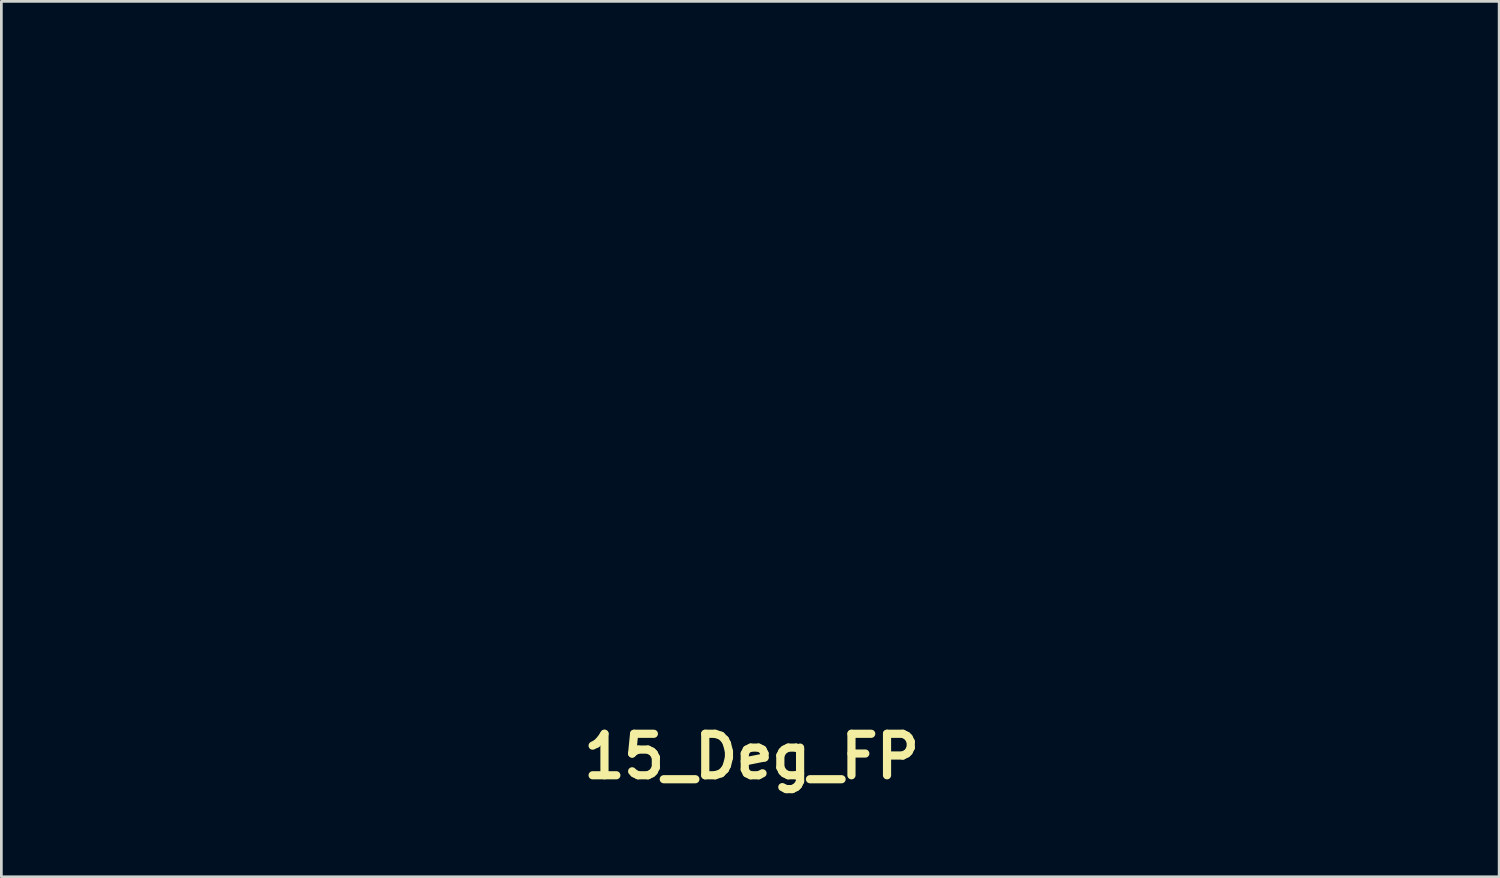
<source format=kicad_pcb>
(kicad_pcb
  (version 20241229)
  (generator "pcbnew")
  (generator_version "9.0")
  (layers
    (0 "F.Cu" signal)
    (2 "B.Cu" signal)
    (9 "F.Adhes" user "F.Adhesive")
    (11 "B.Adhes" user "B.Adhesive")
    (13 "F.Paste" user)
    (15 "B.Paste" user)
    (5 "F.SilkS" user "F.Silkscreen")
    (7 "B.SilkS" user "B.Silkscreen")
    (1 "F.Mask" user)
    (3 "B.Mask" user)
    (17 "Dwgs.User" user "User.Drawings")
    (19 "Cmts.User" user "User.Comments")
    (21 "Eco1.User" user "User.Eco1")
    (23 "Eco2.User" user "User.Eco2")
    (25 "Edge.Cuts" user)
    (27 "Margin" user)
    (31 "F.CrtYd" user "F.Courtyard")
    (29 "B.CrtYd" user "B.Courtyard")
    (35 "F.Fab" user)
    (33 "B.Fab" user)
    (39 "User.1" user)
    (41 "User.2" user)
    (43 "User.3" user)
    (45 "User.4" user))
  (footprint "15_Deg_FP"
    (layer "F.Cu")
    (at 24.558 24.735)
    (property "Reference" "15_Deg_FP" (at 0 0 0) (layer "F.SilkS") (effects (font (size 1.524 1.524) (thickness 0.3))))
    (attr through_hole)
    (fp_poly (pts (xy -11.292 -11.358) (xy -11.215 -11.294) (xy -11.099 -11.188) (xy -10.948 -11.047) (xy -10.768 -10.875) (xy -10.563 -10.676) (xy -10.338 -10.456) (xy -10.097 -10.22) (xy -9.846 -9.971) (xy -9.59 -9.716) (xy -9.333 -9.459) (xy -9.08 -9.204) (xy -8.836 -8.957) (xy -8.606 -8.723) (xy -8.395 -8.505) (xy -8.206 -8.31) (xy -8.047 -8.142) (xy -7.92 -8.005) (xy -7.831 -7.905) (xy -7.786 -7.847) (xy -7.781 -7.833) (xy -7.813 -7.85) (xy -7.894 -7.918) (xy -8.024 -8.036) (xy -8.203 -8.204) (xy -8.43 -8.424) (xy -8.706 -8.694) (xy -9.03 -9.015) (xy -9.404 -9.386) (xy -9.592 -9.574) (xy -9.985 -9.969) (xy -10.328 -10.315) (xy -10.62 -10.612) (xy -10.862 -10.86) (xy -11.053 -11.06) (xy -11.193 -11.211) (xy -11.283 -11.314) (xy -11.323 -11.368) (xy -11.324 -11.377) (xy -11.292 -11.358)) (stroke (width 0.01) (type solid)) (fill yes) (layer "F.Mask"))
    (fp_poly (pts (xy -4.433 -7.829) (xy -4.413 -7.795) (xy -4.358 -7.702) (xy -4.27 -7.552) (xy -4.151 -7.345) (xy -4 -7.085) (xy -3.82 -6.774) (xy -3.611 -6.412) (xy -3.375 -6.002) (xy -3.111 -5.546) (xy -2.823 -5.045) (xy -2.51 -4.502) (xy -2.404 -4.319) (xy -2.285 -4.11) (xy -2.178 -3.921) (xy -2.09 -3.76) (xy -2.023 -3.635) (xy -1.984 -3.557) (xy -1.976 -3.534) (xy -1.986 -3.494) (xy -2.019 -3.508) (xy -2.077 -3.578) (xy -2.162 -3.707) (xy -2.27 -3.889) (xy -2.612 -4.479) (xy -2.919 -5.01) (xy -3.194 -5.486) (xy -3.437 -5.909) (xy -3.651 -6.281) (xy -3.836 -6.606) (xy -3.995 -6.885) (xy -4.128 -7.122) (xy -4.238 -7.319) (xy -4.325 -7.479) (xy -4.392 -7.604) (xy -4.439 -7.697) (xy -4.468 -7.761) (xy -4.481 -7.798) (xy -4.481 -7.81) (xy -4.442 -7.833) (xy -4.433 -7.829)) (stroke (width 0.01) (type solid)) (fill yes) (layer "F.Mask"))
    (fp_poly (pts (xy 6.243 -6.386) (xy 6.173 -6.303) (xy 6.053 -6.171) (xy 5.884 -5.991) (xy 5.664 -5.764) (xy 5.395 -5.49) (xy 5.078 -5.168) (xy 4.711 -4.799) (xy 4.547 -4.635) (xy 4.256 -4.345) (xy 3.98 -4.07) (xy 3.723 -3.814) (xy 3.488 -3.581) (xy 3.28 -3.376) (xy 3.103 -3.201) (xy 2.96 -3.062) (xy 2.856 -2.962) (xy 2.795 -2.905) (xy 2.78 -2.893) (xy 2.741 -2.918) (xy 2.738 -2.921) (xy 2.76 -2.95) (xy 2.827 -3.025) (xy 2.937 -3.142) (xy 3.084 -3.296) (xy 3.267 -3.483) (xy 3.479 -3.7) (xy 3.718 -3.943) (xy 3.979 -4.206) (xy 4.259 -4.488) (xy 4.478 -4.707) (xy 4.871 -5.099) (xy 5.215 -5.44) (xy 5.51 -5.73) (xy 5.756 -5.969) (xy 5.954 -6.158) (xy 6.103 -6.296) (xy 6.203 -6.384) (xy 6.255 -6.42) (xy 6.262 -6.421) (xy 6.243 -6.386)) (stroke (width 0.01) (type solid)) (fill yes) (layer "F.Mask"))
    (fp_poly (pts (xy -6.319 -6.383) (xy -6.243 -6.318) (xy -6.128 -6.212) (xy -5.978 -6.07) (xy -5.797 -5.897) (xy -5.592 -5.699) (xy -5.366 -5.479) (xy -5.125 -5.243) (xy -4.874 -4.995) (xy -4.617 -4.741) (xy -4.359 -4.485) (xy -4.106 -4.231) (xy -3.861 -3.986) (xy -3.631 -3.754) (xy -3.419 -3.539) (xy -3.231 -3.346) (xy -3.071 -3.181) (xy -2.945 -3.047) (xy -2.858 -2.951) (xy -2.813 -2.896) (xy -2.809 -2.886) (xy -2.847 -2.858) (xy -2.851 -2.857) (xy -2.879 -2.882) (xy -2.953 -2.952) (xy -3.069 -3.064) (xy -3.223 -3.215) (xy -3.41 -3.399) (xy -3.627 -3.613) (xy -3.869 -3.854) (xy -4.133 -4.116) (xy -4.414 -4.397) (xy -4.634 -4.617) (xy -5.026 -5.01) (xy -5.368 -5.354) (xy -5.658 -5.65) (xy -5.898 -5.896) (xy -6.087 -6.094) (xy -6.225 -6.243) (xy -6.313 -6.344) (xy -6.35 -6.396) (xy -6.35 -6.403) (xy -6.319 -6.383)) (stroke (width 0.01) (type solid)) (fill yes) (layer "F.Mask"))
    (fp_poly (pts (xy 11.203 -11.346) (xy 11.138 -11.267) (xy 11.022 -11.139) (xy 10.855 -10.962) (xy 10.637 -10.737) (xy 10.369 -10.463) (xy 10.05 -10.14) (xy 9.68 -9.768) (xy 9.503 -9.591) (xy 9.211 -9.299) (xy 8.934 -9.023) (xy 8.675 -8.766) (xy 8.438 -8.531) (xy 8.229 -8.324) (xy 8.049 -8.148) (xy 7.905 -8.007) (xy 7.799 -7.905) (xy 7.736 -7.845) (xy 7.719 -7.832) (xy 7.68 -7.856) (xy 7.677 -7.86) (xy 7.697 -7.891) (xy 7.763 -7.966) (xy 7.87 -8.081) (xy 8.012 -8.23) (xy 8.186 -8.409) (xy 8.386 -8.613) (xy 8.607 -8.837) (xy 8.845 -9.077) (xy 9.095 -9.326) (xy 9.351 -9.582) (xy 9.609 -9.837) (xy 9.864 -10.089) (xy 10.111 -10.332) (xy 10.345 -10.561) (xy 10.561 -10.771) (xy 10.755 -10.958) (xy 10.922 -11.116) (xy 11.056 -11.241) (xy 11.153 -11.328) (xy 11.208 -11.373) (xy 11.218 -11.377) (xy 11.203 -11.346)) (stroke (width 0.01) (type solid)) (fill yes) (layer "F.Mask"))
    (fp_poly (pts (xy -7.966 -13.885) (xy -7.902 -13.799) (xy -7.806 -13.651) (xy -7.677 -13.442) (xy -7.516 -13.17) (xy -7.337 -12.864) (xy -7.156 -12.55) (xy -6.951 -12.195) (xy -6.733 -11.818) (xy -6.514 -11.439) (xy -6.305 -11.077) (xy -6.118 -10.752) (xy -6.096 -10.715) (xy -5.95 -10.462) (xy -5.817 -10.229) (xy -5.7 -10.021) (xy -5.602 -9.847) (xy -5.528 -9.713) (xy -5.482 -9.626) (xy -5.468 -9.594) (xy -5.474 -9.568) (xy -5.492 -9.568) (xy -5.524 -9.598) (xy -5.574 -9.661) (xy -5.642 -9.761) (xy -5.731 -9.901) (xy -5.843 -10.084) (xy -5.98 -10.313) (xy -6.144 -10.592) (xy -6.337 -10.924) (xy -6.561 -11.313) (xy -6.703 -11.558) (xy -6.903 -11.907) (xy -7.096 -12.242) (xy -7.277 -12.557) (xy -7.443 -12.846) (xy -7.591 -13.104) (xy -7.718 -13.325) (xy -7.821 -13.504) (xy -7.896 -13.634) (xy -7.94 -13.711) (xy -7.947 -13.722) (xy -8.001 -13.826) (xy -8.016 -13.885) (xy -7.998 -13.909) (xy -7.966 -13.885)) (stroke (width 0.01) (type solid)) (fill yes) (layer "F.Mask"))
    (fp_poly (pts (xy -7.742 -4.58) (xy -7.696 -4.559) (xy -7.597 -4.507) (xy -7.451 -4.426) (xy -7.262 -4.321) (xy -7.038 -4.194) (xy -6.784 -4.049) (xy -6.507 -3.89) (xy -6.211 -3.72) (xy -5.904 -3.542) (xy -5.591 -3.361) (xy -5.278 -3.179) (xy -4.972 -3) (xy -4.677 -2.827) (xy -4.401 -2.665) (xy -4.149 -2.515) (xy -3.927 -2.383) (xy -3.741 -2.271) (xy -3.597 -2.183) (xy -3.502 -2.122) (xy -3.46 -2.092) (xy -3.459 -2.09) (xy -3.485 -2.05) (xy -3.501 -2.048) (xy -3.539 -2.065) (xy -3.632 -2.115) (xy -3.776 -2.195) (xy -3.966 -2.301) (xy -4.197 -2.432) (xy -4.464 -2.583) (xy -4.762 -2.753) (xy -5.086 -2.938) (xy -5.43 -3.136) (xy -5.669 -3.274) (xy -6.116 -3.532) (xy -6.504 -3.757) (xy -6.835 -3.951) (xy -7.113 -4.116) (xy -7.34 -4.253) (xy -7.518 -4.364) (xy -7.65 -4.451) (xy -7.739 -4.514) (xy -7.787 -4.557) (xy -7.798 -4.58) (xy -7.773 -4.585) (xy -7.742 -4.58)) (stroke (width 0.01) (type solid)) (fill yes) (layer "F.Mask"))
    (fp_poly (pts (xy 7.911 -13.882) (xy 7.893 -13.82) (xy 7.841 -13.722) (xy 7.807 -13.663) (xy 7.74 -13.547) (xy 7.646 -13.382) (xy 7.525 -13.173) (xy 7.383 -12.925) (xy 7.221 -12.645) (xy 7.044 -12.337) (xy 6.855 -12.008) (xy 6.657 -11.662) (xy 6.597 -11.558) (xy 6.399 -11.215) (xy 6.212 -10.89) (xy 6.037 -10.589) (xy 5.878 -10.317) (xy 5.739 -10.079) (xy 5.621 -9.88) (xy 5.529 -9.724) (xy 5.464 -9.618) (xy 5.43 -9.566) (xy 5.426 -9.562) (xy 5.387 -9.585) (xy 5.381 -9.593) (xy 5.394 -9.63) (xy 5.438 -9.721) (xy 5.51 -9.859) (xy 5.606 -10.036) (xy 5.723 -10.246) (xy 5.856 -10.481) (xy 5.989 -10.713) (xy 6.173 -11.032) (xy 6.38 -11.39) (xy 6.599 -11.768) (xy 6.817 -12.146) (xy 7.025 -12.505) (xy 7.209 -12.825) (xy 7.232 -12.864) (xy 7.423 -13.193) (xy 7.582 -13.46) (xy 7.708 -13.664) (xy 7.802 -13.807) (xy 7.864 -13.889) (xy 7.892 -13.909) (xy 7.911 -13.882)) (stroke (width 0.01) (type solid)) (fill yes) (layer "F.Mask"))
    (fp_poly (pts (xy 15.379 -4.205) (xy 15.381 -4.188) (xy 15.347 -4.169) (xy 15.245 -4.133) (xy 15.075 -4.08) (xy 14.839 -4.011) (xy 14.536 -3.925) (xy 14.166 -3.822) (xy 13.732 -3.703) (xy 13.232 -3.569) (xy 13.026 -3.513) (xy 12.631 -3.408) (xy 12.255 -3.307) (xy 11.905 -3.213) (xy 11.585 -3.127) (xy 11.302 -3.05) (xy 11.061 -2.985) (xy 10.867 -2.933) (xy 10.727 -2.895) (xy 10.646 -2.872) (xy 10.627 -2.867) (xy 10.589 -2.879) (xy 10.583 -2.904) (xy 10.612 -2.959) (xy 10.645 -2.978) (xy 10.7 -2.993) (xy 10.815 -3.025) (xy 10.982 -3.07) (xy 11.196 -3.128) (xy 11.448 -3.195) (xy 11.733 -3.272) (xy 12.044 -3.355) (xy 12.374 -3.443) (xy 12.715 -3.534) (xy 13.063 -3.627) (xy 13.409 -3.719) (xy 13.747 -3.809) (xy 14.07 -3.895) (xy 14.372 -3.976) (xy 14.646 -4.048) (xy 14.884 -4.111) (xy 15.081 -4.163) (xy 15.23 -4.202) (xy 15.323 -4.226) (xy 15.354 -4.233) (xy 15.379 -4.205)) (stroke (width 0.01) (type solid)) (fill yes) (layer "F.Mask"))
    (fp_poly (pts (xy -17.372 -17.473) (xy -17.298 -17.402) (xy -17.18 -17.289) (xy -17.024 -17.135) (xy -16.831 -16.945) (xy -16.606 -16.723) (xy -16.352 -16.471) (xy -16.073 -16.194) (xy -15.772 -15.894) (xy -15.452 -15.575) (xy -15.118 -15.241) (xy -15.029 -15.153) (xy -14.571 -14.693) (xy -14.163 -14.283) (xy -13.806 -13.923) (xy -13.5 -13.611) (xy -13.244 -13.348) (xy -13.038 -13.135) (xy -12.884 -12.97) (xy -12.78 -12.855) (xy -12.727 -12.789) (xy -12.72 -12.772) (xy -12.751 -12.79) (xy -12.832 -12.859) (xy -12.962 -12.978) (xy -13.142 -13.148) (xy -13.37 -13.369) (xy -13.648 -13.64) (xy -13.974 -13.962) (xy -14.35 -14.334) (xy -14.775 -14.758) (xy -15.091 -15.073) (xy -15.428 -15.411) (xy -15.751 -15.735) (xy -16.055 -16.041) (xy -16.338 -16.327) (xy -16.596 -16.589) (xy -16.825 -16.823) (xy -17.023 -17.025) (xy -17.185 -17.193) (xy -17.309 -17.322) (xy -17.39 -17.409) (xy -17.426 -17.451) (xy -17.427 -17.454) (xy -17.41 -17.495) (xy -17.401 -17.498) (xy -17.372 -17.473)) (stroke (width 0.01) (type solid)) (fill yes) (layer "F.Mask"))
    (fp_poly (pts (xy -13.804 -8.06) (xy -13.721 -8.022) (xy -13.603 -7.961) (xy -13.446 -7.877) (xy -13.246 -7.768) (xy -13.001 -7.631) (xy -12.708 -7.464) (xy -12.362 -7.266) (xy -11.961 -7.036) (xy -11.681 -6.874) (xy -11.24 -6.619) (xy -10.858 -6.397) (xy -10.531 -6.205) (xy -10.256 -6.042) (xy -10.03 -5.906) (xy -9.85 -5.795) (xy -9.714 -5.707) (xy -9.617 -5.639) (xy -9.557 -5.591) (xy -9.531 -5.56) (xy -9.535 -5.545) (xy -9.568 -5.542) (xy -9.569 -5.542) (xy -9.606 -5.56) (xy -9.699 -5.611) (xy -9.843 -5.691) (xy -10.033 -5.799) (xy -10.264 -5.93) (xy -10.53 -6.082) (xy -10.827 -6.253) (xy -11.15 -6.44) (xy -11.494 -6.638) (xy -11.73 -6.775) (xy -12.084 -6.981) (xy -12.421 -7.176) (xy -12.735 -7.358) (xy -13.022 -7.524) (xy -13.276 -7.671) (xy -13.492 -7.796) (xy -13.665 -7.896) (xy -13.791 -7.968) (xy -13.865 -8.01) (xy -13.882 -8.019) (xy -13.895 -8.052) (xy -13.877 -8.077) (xy -13.855 -8.078) (xy -13.804 -8.06)) (stroke (width 0.01) (type solid)) (fill yes) (layer "F.Mask"))
    (fp_poly (pts (xy 4.05 -15.482) (xy 4.046 -15.447) (xy 4.026 -15.349) (xy 3.99 -15.194) (xy 3.94 -14.987) (xy 3.876 -14.734) (xy 3.801 -14.44) (xy 3.716 -14.111) (xy 3.622 -13.753) (xy 3.521 -13.369) (xy 3.441 -13.07) (xy 3.314 -12.597) (xy 3.203 -12.187) (xy 3.108 -11.837) (xy 3.027 -11.542) (xy 2.958 -11.298) (xy 2.901 -11.101) (xy 2.854 -10.946) (xy 2.817 -10.83) (xy 2.787 -10.747) (xy 2.763 -10.694) (xy 2.745 -10.666) (xy 2.734 -10.659) (xy 2.688 -10.666) (xy 2.689 -10.694) (xy 2.7 -10.736) (xy 2.729 -10.84) (xy 2.773 -11) (xy 2.83 -11.212) (xy 2.899 -11.47) (xy 2.979 -11.767) (xy 3.068 -12.099) (xy 3.165 -12.459) (xy 3.268 -12.842) (xy 3.333 -13.088) (xy 3.439 -13.482) (xy 3.54 -13.856) (xy 3.634 -14.205) (xy 3.721 -14.523) (xy 3.798 -14.804) (xy 3.864 -15.042) (xy 3.918 -15.233) (xy 3.957 -15.37) (xy 3.981 -15.448) (xy 3.988 -15.464) (xy 4.039 -15.484) (xy 4.05 -15.482)) (stroke (width 0.01) (type solid)) (fill yes) (layer "F.Mask"))
    (fp_poly (pts (xy 13.794 -8.041) (xy 13.791 -8.031) (xy 13.759 -8.012) (xy 13.672 -7.961) (xy 13.535 -7.881) (xy 13.355 -7.777) (xy 13.139 -7.651) (xy 12.891 -7.507) (xy 12.617 -7.349) (xy 12.325 -7.18) (xy 12.019 -7.004) (xy 11.706 -6.823) (xy 11.392 -6.641) (xy 11.082 -6.463) (xy 10.783 -6.29) (xy 10.501 -6.128) (xy 10.242 -5.978) (xy 10.011 -5.845) (xy 9.815 -5.733) (xy 9.659 -5.643) (xy 9.55 -5.581) (xy 9.494 -5.549) (xy 9.487 -5.546) (xy 9.456 -5.563) (xy 9.445 -5.584) (xy 9.47 -5.611) (xy 9.552 -5.668) (xy 9.683 -5.753) (xy 9.859 -5.863) (xy 10.071 -5.993) (xy 10.316 -6.14) (xy 10.587 -6.3) (xy 10.878 -6.472) (xy 11.182 -6.65) (xy 11.495 -6.831) (xy 11.81 -7.013) (xy 12.121 -7.191) (xy 12.422 -7.362) (xy 12.707 -7.523) (xy 12.971 -7.671) (xy 13.207 -7.801) (xy 13.41 -7.91) (xy 13.573 -7.996) (xy 13.691 -8.054) (xy 13.757 -8.081) (xy 13.769 -8.082) (xy 13.794 -8.041)) (stroke (width 0.01) (type solid)) (fill yes) (layer "F.Mask"))
    (fp_poly (pts (xy -8.639 -2.418) (xy -8.514 -2.387) (xy -8.339 -2.342) (xy -8.118 -2.283) (xy -7.859 -2.214) (xy -7.568 -2.135) (xy -7.253 -2.049) (xy -6.919 -1.958) (xy -6.573 -1.863) (xy -6.222 -1.766) (xy -5.873 -1.669) (xy -5.531 -1.574) (xy -5.205 -1.483) (xy -4.9 -1.398) (xy -4.623 -1.319) (xy -4.38 -1.25) (xy -4.179 -1.192) (xy -4.026 -1.146) (xy -3.927 -1.116) (xy -3.889 -1.102) (xy -3.889 -1.101) (xy -3.905 -1.067) (xy -3.939 -1.061) (xy -3.984 -1.07) (xy -4.09 -1.096) (xy -4.253 -1.138) (xy -4.468 -1.194) (xy -4.727 -1.262) (xy -5.027 -1.341) (xy -5.36 -1.429) (xy -5.721 -1.526) (xy -6.105 -1.629) (xy -6.35 -1.695) (xy -6.743 -1.801) (xy -7.116 -1.901) (xy -7.463 -1.994) (xy -7.778 -2.079) (xy -8.057 -2.154) (xy -8.293 -2.217) (xy -8.481 -2.268) (xy -8.615 -2.304) (xy -8.69 -2.324) (xy -8.705 -2.327) (xy -8.713 -2.357) (xy -8.714 -2.381) (xy -8.709 -2.427) (xy -8.705 -2.433) (xy -8.639 -2.418)) (stroke (width 0.01) (type solid)) (fill yes) (layer "F.Mask"))
    (fp_poly (pts (xy 4.384 -7.836) (xy 4.383 -7.797) (xy 4.348 -7.709) (xy 4.278 -7.569) (xy 4.173 -7.374) (xy 4.032 -7.124) (xy 3.998 -7.066) (xy 3.681 -6.515) (xy 3.397 -6.023) (xy 3.145 -5.586) (xy 2.922 -5.201) (xy 2.727 -4.865) (xy 2.558 -4.575) (xy 2.413 -4.328) (xy 2.291 -4.12) (xy 2.19 -3.95) (xy 2.107 -3.813) (xy 2.041 -3.707) (xy 1.991 -3.629) (xy 1.954 -3.575) (xy 1.929 -3.543) (xy 1.914 -3.529) (xy 1.91 -3.528) (xy 1.878 -3.552) (xy 1.882 -3.58) (xy 1.903 -3.619) (xy 1.956 -3.714) (xy 2.038 -3.859) (xy 2.145 -4.047) (xy 2.274 -4.272) (xy 2.422 -4.53) (xy 2.585 -4.813) (xy 2.76 -5.117) (xy 2.845 -5.264) (xy 3.035 -5.594) (xy 3.223 -5.92) (xy 3.405 -6.235) (xy 3.576 -6.531) (xy 3.731 -6.8) (xy 3.865 -7.034) (xy 3.975 -7.224) (xy 4.055 -7.363) (xy 4.068 -7.385) (xy 4.187 -7.587) (xy 4.277 -7.729) (xy 4.34 -7.812) (xy 4.378 -7.839) (xy 4.384 -7.836)) (stroke (width 0.01) (type solid)) (fill yes) (layer "F.Mask"))
    (fp_poly (pts (xy -4.136 -15.48) (xy -4.121 -15.463) (xy -4.098 -15.414) (xy -4.067 -15.33) (xy -4.027 -15.206) (xy -3.976 -15.039) (xy -3.914 -14.825) (xy -3.84 -14.561) (xy -3.752 -14.242) (xy -3.649 -13.865) (xy -3.53 -13.427) (xy -3.434 -13.07) (xy -3.327 -12.673) (xy -3.226 -12.295) (xy -3.131 -11.944) (xy -3.045 -11.623) (xy -2.969 -11.34) (xy -2.905 -11.098) (xy -2.853 -10.905) (xy -2.815 -10.764) (xy -2.793 -10.682) (xy -2.788 -10.663) (xy -2.809 -10.649) (xy -2.859 -10.66) (xy -2.902 -10.686) (xy -2.91 -10.698) (xy -2.922 -10.739) (xy -2.95 -10.842) (xy -2.993 -11.002) (xy -3.05 -11.213) (xy -3.119 -11.469) (xy -3.198 -11.764) (xy -3.286 -12.093) (xy -3.381 -12.45) (xy -3.483 -12.829) (xy -3.528 -13) (xy -3.632 -13.389) (xy -3.731 -13.761) (xy -3.824 -14.109) (xy -3.909 -14.427) (xy -3.985 -14.709) (xy -4.049 -14.95) (xy -4.1 -15.142) (xy -4.137 -15.281) (xy -4.159 -15.361) (xy -4.162 -15.374) (xy -4.178 -15.453) (xy -4.166 -15.481) (xy -4.136 -15.48)) (stroke (width 0.01) (type solid)) (fill yes) (layer "F.Mask"))
    (fp_poly (pts (xy 2.252 -8.698) (xy 2.258 -8.686) (xy 2.249 -8.649) (xy 2.224 -8.551) (xy 2.184 -8.398) (xy 2.131 -8.197) (xy 2.067 -7.956) (xy 1.994 -7.679) (xy 1.913 -7.375) (xy 1.827 -7.051) (xy 1.736 -6.711) (xy 1.644 -6.365) (xy 1.551 -6.018) (xy 1.46 -5.677) (xy 1.372 -5.349) (xy 1.29 -5.04) (xy 1.214 -4.757) (xy 1.147 -4.508) (xy 1.09 -4.298) (xy 1.046 -4.135) (xy 1.016 -4.026) (xy 1.002 -3.978) (xy 0.961 -3.925) (xy 0.93 -3.916) (xy 0.892 -3.94) (xy 0.895 -3.978) (xy 0.912 -4.038) (xy 0.944 -4.157) (xy 0.99 -4.329) (xy 1.048 -4.545) (xy 1.117 -4.801) (xy 1.194 -5.088) (xy 1.277 -5.4) (xy 1.366 -5.731) (xy 1.457 -6.074) (xy 1.55 -6.421) (xy 1.642 -6.767) (xy 1.732 -7.105) (xy 1.817 -7.427) (xy 1.897 -7.727) (xy 1.969 -7.999) (xy 2.032 -8.235) (xy 2.083 -8.43) (xy 2.122 -8.576) (xy 2.145 -8.666) (xy 2.152 -8.694) (xy 2.181 -8.711) (xy 2.205 -8.714) (xy 2.252 -8.698)) (stroke (width 0.01) (type solid)) (fill yes) (layer "F.Mask"))
    (fp_poly (pts (xy 7.711 -4.586) (xy 7.684 -4.555) (xy 7.617 -4.503) (xy 7.508 -4.429) (xy 7.354 -4.332) (xy 7.152 -4.208) (xy 6.899 -4.057) (xy 6.594 -3.877) (xy 6.232 -3.667) (xy 5.813 -3.424) (xy 5.715 -3.367) (xy 5.367 -3.167) (xy 5.034 -2.974) (xy 4.721 -2.794) (xy 4.435 -2.628) (xy 4.179 -2.481) (xy 3.961 -2.355) (xy 3.786 -2.254) (xy 3.658 -2.18) (xy 3.585 -2.138) (xy 3.574 -2.132) (xy 3.467 -2.08) (xy 3.409 -2.077) (xy 3.403 -2.084) (xy 3.4 -2.138) (xy 3.409 -2.151) (xy 3.447 -2.175) (xy 3.54 -2.231) (xy 3.681 -2.315) (xy 3.865 -2.422) (xy 4.086 -2.551) (xy 4.338 -2.697) (xy 4.614 -2.857) (xy 4.908 -3.026) (xy 5.215 -3.203) (xy 5.527 -3.383) (xy 5.84 -3.563) (xy 6.147 -3.739) (xy 6.442 -3.908) (xy 6.719 -4.066) (xy 6.971 -4.209) (xy 7.193 -4.335) (xy 7.378 -4.44) (xy 7.521 -4.52) (xy 7.615 -4.572) (xy 7.655 -4.592) (xy 7.655 -4.592) (xy 7.7 -4.598) (xy 7.711 -4.586)) (stroke (width 0.01) (type solid)) (fill yes) (layer "F.Mask"))
    (fp_poly (pts (xy 8.641 -2.405) (xy 8.643 -2.381) (xy 8.632 -2.334) (xy 8.623 -2.328) (xy 8.588 -2.32) (xy 8.491 -2.294) (xy 8.34 -2.254) (xy 8.14 -2.202) (xy 7.899 -2.138) (xy 7.624 -2.065) (xy 7.32 -1.984) (xy 6.996 -1.898) (xy 6.657 -1.808) (xy 6.311 -1.715) (xy 5.964 -1.623) (xy 5.622 -1.532) (xy 5.293 -1.444) (xy 4.983 -1.361) (xy 4.699 -1.285) (xy 4.448 -1.218) (xy 4.236 -1.161) (xy 4.07 -1.116) (xy 3.958 -1.085) (xy 3.907 -1.071) (xy 3.855 -1.077) (xy 3.845 -1.109) (xy 3.852 -1.157) (xy 3.859 -1.164) (xy 3.894 -1.173) (xy 3.992 -1.199) (xy 4.148 -1.24) (xy 4.354 -1.295) (xy 4.607 -1.362) (xy 4.901 -1.44) (xy 5.23 -1.528) (xy 5.588 -1.624) (xy 5.97 -1.726) (xy 6.242 -1.799) (xy 6.638 -1.905) (xy 7.013 -2.005) (xy 7.363 -2.099) (xy 7.681 -2.184) (xy 7.962 -2.259) (xy 8.202 -2.322) (xy 8.393 -2.373) (xy 8.531 -2.409) (xy 8.61 -2.43) (xy 8.628 -2.434) (xy 8.641 -2.405)) (stroke (width 0.01) (type solid)) (fill yes) (layer "F.Mask"))
    (fp_poly (pts (xy -21.233 -12.388) (xy -21.13 -12.331) (xy -20.978 -12.246) (xy -20.782 -12.134) (xy -20.547 -12) (xy -20.279 -11.845) (xy -19.982 -11.674) (xy -19.662 -11.489) (xy -19.324 -11.294) (xy -18.973 -11.09) (xy -18.614 -10.881) (xy -18.253 -10.671) (xy -17.894 -10.461) (xy -17.542 -10.256) (xy -17.204 -10.058) (xy -16.883 -9.87) (xy -16.586 -9.695) (xy -16.317 -9.537) (xy -16.081 -9.397) (xy -15.883 -9.28) (xy -15.73 -9.187) (xy -15.625 -9.123) (xy -15.574 -9.09) (xy -15.57 -9.086) (xy -15.608 -9.046) (xy -15.613 -9.044) (xy -15.647 -9.06) (xy -15.739 -9.109) (xy -15.882 -9.188) (xy -16.074 -9.296) (xy -16.31 -9.429) (xy -16.585 -9.585) (xy -16.895 -9.762) (xy -17.236 -9.957) (xy -17.604 -10.168) (xy -17.994 -10.393) (xy -18.401 -10.628) (xy -18.468 -10.666) (xy -19.025 -10.989) (xy -19.52 -11.277) (xy -19.955 -11.531) (xy -20.328 -11.752) (xy -20.641 -11.938) (xy -20.893 -12.09) (xy -21.085 -12.209) (xy -21.216 -12.294) (xy -21.288 -12.346) (xy -21.302 -12.362) (xy -21.298 -12.409) (xy -21.282 -12.413) (xy -21.233 -12.388)) (stroke (width 0.01) (type solid)) (fill yes) (layer "F.Mask"))
    (fp_poly (pts (xy -15.435 -4.221) (xy -15.379 -4.21) (xy -15.298 -4.191) (xy -15.187 -4.163) (xy -15.041 -4.125) (xy -14.855 -4.077) (xy -14.626 -4.016) (xy -14.349 -3.942) (xy -14.018 -3.853) (xy -13.631 -3.75) (xy -13.181 -3.629) (xy -12.993 -3.579) (xy -12.603 -3.475) (xy -12.234 -3.376) (xy -11.89 -3.284) (xy -11.578 -3.201) (xy -11.303 -3.128) (xy -11.07 -3.067) (xy -10.886 -3.018) (xy -10.756 -2.984) (xy -10.685 -2.966) (xy -10.674 -2.963) (xy -10.656 -2.935) (xy -10.654 -2.91) (xy -10.677 -2.866) (xy -10.698 -2.861) (xy -10.739 -2.871) (xy -10.842 -2.897) (xy -11.002 -2.939) (xy -11.213 -2.995) (xy -11.47 -3.064) (xy -11.768 -3.143) (xy -12.099 -3.232) (xy -12.46 -3.328) (xy -12.844 -3.431) (xy -13.115 -3.504) (xy -13.621 -3.641) (xy -14.061 -3.761) (xy -14.437 -3.865) (xy -14.752 -3.954) (xy -15.008 -4.027) (xy -15.206 -4.087) (xy -15.35 -4.133) (xy -15.442 -4.166) (xy -15.484 -4.187) (xy -15.487 -4.192) (xy -15.489 -4.203) (xy -15.493 -4.213) (xy -15.494 -4.221) (xy -15.488 -4.226) (xy -15.47 -4.226) (xy -15.435 -4.221)) (stroke (width 0.01) (type solid)) (fill yes) (layer "F.Mask"))
    (fp_poly (pts (xy -0.043 -16.01) (xy -0.034 -15.987) (xy -0.026 -15.945) (xy -0.02 -15.877) (xy -0.015 -15.779) (xy -0.01 -15.646) (xy -0.007 -15.475) (xy -0.004 -15.259) (xy -0.002 -14.995) (xy -0.001 -14.678) (xy -0.000431 -14.303) (xy -0.000066 -13.865) (xy 0 -13.511) (xy -0.000134 -13.026) (xy -0.001 -12.607) (xy -0.002 -12.249) (xy -0.003 -11.947) (xy -0.005 -11.697) (xy -0.008 -11.495) (xy -0.011 -11.335) (xy -0.016 -11.213) (xy -0.022 -11.124) (xy -0.028 -11.064) (xy -0.036 -11.027) (xy -0.045 -11.01) (xy -0.053 -11.007) (xy -0.063 -11.013) (xy -0.072 -11.035) (xy -0.08 -11.078) (xy -0.086 -11.146) (xy -0.091 -11.244) (xy -0.096 -11.376) (xy -0.099 -11.548) (xy -0.101 -11.763) (xy -0.103 -12.027) (xy -0.105 -12.345) (xy -0.105 -12.72) (xy -0.106 -13.158) (xy -0.106 -13.511) (xy -0.106 -13.997) (xy -0.105 -14.416) (xy -0.104 -14.774) (xy -0.103 -15.076) (xy -0.101 -15.326) (xy -0.098 -15.528) (xy -0.094 -15.688) (xy -0.09 -15.81) (xy -0.084 -15.899) (xy -0.078 -15.959) (xy -0.07 -15.996) (xy -0.06 -16.013) (xy -0.053 -16.016) (xy -0.043 -16.01)) (stroke (width 0.01) (type solid)) (fill yes) (layer "F.Mask"))
    (fp_poly (pts (xy -0.043 -8.989) (xy -0.034 -8.967) (xy -0.026 -8.924) (xy -0.02 -8.856) (xy -0.015 -8.758) (xy -0.01 -8.625) (xy -0.007 -8.453) (xy -0.004 -8.237) (xy -0.002 -7.973) (xy -0.001 -7.655) (xy -0.000409 -7.279) (xy -0.000058 -6.84) (xy 0 -6.509) (xy -0.000136 -6.025) (xy -0.001 -5.608) (xy -0.002 -5.251) (xy -0.003 -4.951) (xy -0.005 -4.703) (xy -0.008 -4.502) (xy -0.012 -4.344) (xy -0.016 -4.223) (xy -0.022 -4.136) (xy -0.029 -4.076) (xy -0.037 -4.041) (xy -0.046 -4.024) (xy -0.053 -4.022) (xy -0.063 -4.028) (xy -0.072 -4.05) (xy -0.08 -4.093) (xy -0.086 -4.161) (xy -0.091 -4.259) (xy -0.096 -4.392) (xy -0.099 -4.564) (xy -0.102 -4.78) (xy -0.103 -5.045) (xy -0.105 -5.363) (xy -0.105 -5.739) (xy -0.106 -6.178) (xy -0.106 -6.509) (xy -0.106 -6.992) (xy -0.105 -7.41) (xy -0.104 -7.766) (xy -0.103 -8.066) (xy -0.101 -8.314) (xy -0.098 -8.515) (xy -0.094 -8.673) (xy -0.09 -8.794) (xy -0.084 -8.882) (xy -0.077 -8.941) (xy -0.069 -8.977) (xy -0.06 -8.993) (xy -0.053 -8.996) (xy -0.043 -8.989)) (stroke (width 0.01) (type solid)) (fill yes) (layer "F.Mask"))
    (fp_poly (pts (xy 6.312 -23.887) (xy 6.312 -23.842) (xy 6.303 -23.789) (xy 6.276 -23.675) (xy 6.234 -23.506) (xy 6.178 -23.287) (xy 6.11 -23.025) (xy 6.031 -22.725) (xy 5.943 -22.394) (xy 5.848 -22.035) (xy 5.746 -21.656) (xy 5.64 -21.263) (xy 5.531 -20.86) (xy 5.42 -20.454) (xy 5.31 -20.05) (xy 5.202 -19.654) (xy 5.097 -19.273) (xy 4.996 -18.911) (xy 4.903 -18.574) (xy 4.817 -18.268) (xy 4.741 -18) (xy 4.676 -17.773) (xy 4.624 -17.596) (xy 4.586 -17.472) (xy 4.564 -17.408) (xy 4.56 -17.401) (xy 4.524 -17.416) (xy 4.517 -17.451) (xy 4.526 -17.494) (xy 4.552 -17.6) (xy 4.594 -17.764) (xy 4.651 -17.982) (xy 4.721 -18.249) (xy 4.802 -18.56) (xy 4.895 -18.91) (xy 4.997 -19.294) (xy 5.107 -19.707) (xy 5.224 -20.145) (xy 5.347 -20.603) (xy 5.375 -20.706) (xy 5.53 -21.283) (xy 5.668 -21.795) (xy 5.791 -22.244) (xy 5.898 -22.633) (xy 5.99 -22.964) (xy 6.069 -23.241) (xy 6.136 -23.467) (xy 6.19 -23.643) (xy 6.233 -23.773) (xy 6.266 -23.86) (xy 6.29 -23.906) (xy 6.305 -23.914) (xy 6.312 -23.887)) (stroke (width 0.01) (type solid)) (fill yes) (layer "F.Mask"))
    (fp_poly (pts (xy 17.32 -17.47) (xy 17.321 -17.454) (xy 17.297 -17.424) (xy 17.227 -17.349) (xy 17.115 -17.232) (xy 16.967 -17.079) (xy 16.785 -16.893) (xy 16.574 -16.678) (xy 16.338 -16.439) (xy 16.082 -16.18) (xy 15.81 -15.905) (xy 15.526 -15.619) (xy 15.235 -15.325) (xy 14.94 -15.028) (xy 14.645 -14.733) (xy 14.356 -14.442) (xy 14.075 -14.162) (xy 13.809 -13.896) (xy 13.559 -13.647) (xy 13.332 -13.421) (xy 13.131 -13.222) (xy 12.96 -13.054) (xy 12.824 -12.921) (xy 12.726 -12.828) (xy 12.672 -12.778) (xy 12.662 -12.771) (xy 12.621 -12.791) (xy 12.616 -12.795) (xy 12.637 -12.823) (xy 12.704 -12.896) (xy 12.813 -13.01) (xy 12.959 -13.161) (xy 13.139 -13.345) (xy 13.347 -13.558) (xy 13.58 -13.796) (xy 13.834 -14.053) (xy 14.105 -14.327) (xy 14.388 -14.613) (xy 14.679 -14.906) (xy 14.974 -15.202) (xy 15.268 -15.498) (xy 15.559 -15.789) (xy 15.84 -16.071) (xy 16.109 -16.339) (xy 16.361 -16.589) (xy 16.591 -16.818) (xy 16.796 -17.021) (xy 16.972 -17.193) (xy 17.114 -17.331) (xy 17.217 -17.43) (xy 17.279 -17.486) (xy 17.295 -17.498) (xy 17.32 -17.47)) (stroke (width 0.01) (type solid)) (fill yes) (layer "F.Mask"))
    (fp_poly (pts (xy 23.639 -6.417) (xy 23.612 -6.378) (xy 23.547 -6.338) (xy 23.504 -6.322) (xy 23.414 -6.297) (xy 23.266 -6.256) (xy 23.067 -6.202) (xy 22.822 -6.136) (xy 22.538 -6.059) (xy 22.22 -5.974) (xy 21.874 -5.881) (xy 21.506 -5.783) (xy 21.122 -5.681) (xy 20.729 -5.576) (xy 20.331 -5.47) (xy 19.934 -5.364) (xy 19.546 -5.261) (xy 19.171 -5.162) (xy 18.816 -5.068) (xy 18.486 -4.981) (xy 18.188 -4.903) (xy 17.927 -4.834) (xy 17.709 -4.777) (xy 17.54 -4.734) (xy 17.426 -4.705) (xy 17.374 -4.692) (xy 17.371 -4.692) (xy 17.33 -4.712) (xy 17.329 -4.733) (xy 17.364 -4.746) (xy 17.461 -4.776) (xy 17.614 -4.82) (xy 17.819 -4.879) (xy 18.069 -4.95) (xy 18.358 -5.031) (xy 18.681 -5.12) (xy 19.032 -5.218) (xy 19.406 -5.321) (xy 19.796 -5.428) (xy 20.198 -5.538) (xy 20.604 -5.649) (xy 21.01 -5.759) (xy 21.41 -5.867) (xy 21.797 -5.972) (xy 22.167 -6.071) (xy 22.514 -6.164) (xy 22.832 -6.249) (xy 23.114 -6.323) (xy 23.356 -6.386) (xy 23.552 -6.436) (xy 23.557 -6.437) (xy 23.623 -6.442) (xy 23.639 -6.417)) (stroke (width 0.01) (type solid)) (fill yes) (layer "F.Mask"))
    (fp_poly (pts (xy -6.389 -23.896) (xy -6.362 -23.835) (xy -6.326 -23.734) (xy -6.279 -23.589) (xy -6.221 -23.398) (xy -6.151 -23.157) (xy -6.068 -22.864) (xy -5.971 -22.517) (xy -5.86 -22.111) (xy -5.733 -21.644) (xy -5.59 -21.115) (xy -5.48 -20.706) (xy -5.357 -20.244) (xy -5.238 -19.802) (xy -5.126 -19.383) (xy -5.023 -18.992) (xy -4.928 -18.634) (xy -4.843 -18.315) (xy -4.771 -18.038) (xy -4.711 -17.809) (xy -4.666 -17.633) (xy -4.636 -17.514) (xy -4.623 -17.457) (xy -4.623 -17.454) (xy -4.641 -17.401) (xy -4.682 -17.396) (xy -4.703 -17.418) (xy -4.716 -17.458) (xy -4.745 -17.56) (xy -4.789 -17.719) (xy -4.847 -17.929) (xy -4.916 -18.183) (xy -4.995 -18.477) (xy -5.084 -18.804) (xy -5.179 -19.159) (xy -5.28 -19.536) (xy -5.385 -19.928) (xy -5.493 -20.331) (xy -5.601 -20.738) (xy -5.709 -21.144) (xy -5.815 -21.543) (xy -5.917 -21.928) (xy -6.014 -22.295) (xy -6.105 -22.637) (xy -6.187 -22.949) (xy -6.259 -23.224) (xy -6.32 -23.458) (xy -6.368 -23.643) (xy -6.401 -23.775) (xy -6.418 -23.848) (xy -6.421 -23.86) (xy -6.417 -23.905) (xy -6.407 -23.918) (xy -6.389 -23.896)) (stroke (width 0.01) (type solid)) (fill yes) (layer "F.Mask"))
    (fp_poly (pts (xy -2.264 -8.703) (xy -2.258 -8.694) (xy -2.249 -8.657) (xy -2.223 -8.558) (xy -2.182 -8.402) (xy -2.127 -8.195) (xy -2.06 -7.942) (xy -1.983 -7.649) (xy -1.895 -7.322) (xy -1.8 -6.965) (xy -1.699 -6.586) (xy -1.642 -6.374) (xy -1.515 -5.9) (xy -1.405 -5.489) (xy -1.311 -5.137) (xy -1.231 -4.84) (xy -1.166 -4.592) (xy -1.112 -4.391) (xy -1.071 -4.23) (xy -1.039 -4.106) (xy -1.017 -4.013) (xy -1.004 -3.948) (xy -0.997 -3.906) (xy -0.996 -3.882) (xy -1 -3.872) (xy -1.008 -3.872) (xy -1.018 -3.876) (xy -1.031 -3.88) (xy -1.037 -3.881) (xy -1.086 -3.89) (xy -1.094 -3.899) (xy -1.103 -3.935) (xy -1.128 -4.034) (xy -1.169 -4.19) (xy -1.224 -4.397) (xy -1.292 -4.651) (xy -1.37 -4.945) (xy -1.458 -5.274) (xy -1.553 -5.633) (xy -1.656 -6.015) (xy -1.729 -6.287) (xy -1.835 -6.683) (xy -1.935 -7.059) (xy -2.028 -7.41) (xy -2.113 -7.729) (xy -2.188 -8.012) (xy -2.252 -8.253) (xy -2.303 -8.446) (xy -2.339 -8.586) (xy -2.359 -8.667) (xy -2.364 -8.686) (xy -2.335 -8.71) (xy -2.311 -8.714) (xy -2.264 -8.703)) (stroke (width 0.01) (type solid)) (fill yes) (layer "F.Mask"))
    (fp_poly (pts (xy 12.213 -21.431) (xy 12.225 -21.404) (xy 12.213 -21.361) (xy 12.166 -21.26) (xy 12.086 -21.106) (xy 11.975 -20.901) (xy 11.836 -20.65) (xy 11.669 -20.354) (xy 11.477 -20.018) (xy 11.394 -19.873) (xy 11.183 -19.51) (xy 10.951 -19.107) (xy 10.705 -18.681) (xy 10.455 -18.249) (xy 10.211 -17.826) (xy 9.982 -17.428) (xy 9.777 -17.073) (xy 9.742 -17.013) (xy 9.577 -16.728) (xy 9.421 -16.463) (xy 9.279 -16.224) (xy 9.153 -16.016) (xy 9.048 -15.847) (xy 8.967 -15.722) (xy 8.915 -15.648) (xy 8.895 -15.628) (xy 8.863 -15.652) (xy 8.868 -15.683) (xy 8.89 -15.723) (xy 8.943 -15.819) (xy 9.024 -15.963) (xy 9.131 -16.151) (xy 9.259 -16.374) (xy 9.405 -16.629) (xy 9.565 -16.908) (xy 9.737 -17.205) (xy 9.759 -17.244) (xy 9.969 -17.607) (xy 10.199 -18.005) (xy 10.441 -18.424) (xy 10.686 -18.848) (xy 10.924 -19.261) (xy 11.148 -19.648) (xy 11.348 -19.995) (xy 11.404 -20.091) (xy 11.566 -20.371) (xy 11.717 -20.632) (xy 11.853 -20.867) (xy 11.972 -21.071) (xy 12.068 -21.237) (xy 12.139 -21.358) (xy 12.181 -21.429) (xy 12.191 -21.445) (xy 12.213 -21.431)) (stroke (width 0.01) (type solid)) (fill yes) (layer "F.Mask"))
    (fp_poly (pts (xy 21.199 -12.359) (xy 21.193 -12.339) (xy 21.16 -12.315) (xy 21.071 -12.258) (xy 20.929 -12.171) (xy 20.739 -12.057) (xy 20.505 -11.918) (xy 20.232 -11.757) (xy 19.924 -11.577) (xy 19.585 -11.379) (xy 19.22 -11.166) (xy 18.833 -10.942) (xy 18.428 -10.708) (xy 18.428 -10.708) (xy 18.022 -10.474) (xy 17.632 -10.249) (xy 17.264 -10.036) (xy 16.92 -9.838) (xy 16.607 -9.657) (xy 16.328 -9.495) (xy 16.088 -9.356) (xy 15.891 -9.242) (xy 15.742 -9.156) (xy 15.645 -9.099) (xy 15.605 -9.076) (xy 15.539 -9.047) (xy 15.504 -9.068) (xy 15.5 -9.122) (xy 15.509 -9.136) (xy 15.547 -9.161) (xy 15.64 -9.217) (xy 15.784 -9.302) (xy 15.972 -9.412) (xy 16.2 -9.545) (xy 16.462 -9.698) (xy 16.754 -9.867) (xy 17.07 -10.049) (xy 17.406 -10.243) (xy 17.755 -10.444) (xy 18.112 -10.649) (xy 18.473 -10.857) (xy 18.832 -11.063) (xy 19.185 -11.265) (xy 19.525 -11.46) (xy 19.848 -11.644) (xy 20.148 -11.815) (xy 20.421 -11.97) (xy 20.661 -12.106) (xy 20.863 -12.22) (xy 21.021 -12.309) (xy 21.131 -12.37) (xy 21.188 -12.399) (xy 21.194 -12.402) (xy 21.199 -12.359)) (stroke (width 0.01) (type solid)) (fill yes) (layer "F.Mask"))
    (fp_poly (pts (xy -23.694 -6.446) (xy -23.594 -6.421) (xy -23.437 -6.379) (xy -23.23 -6.324) (xy -22.978 -6.257) (xy -22.687 -6.179) (xy -22.363 -6.092) (xy -22.011 -5.998) (xy -21.639 -5.898) (xy -21.25 -5.793) (xy -20.852 -5.686) (xy -20.45 -5.577) (xy -20.049 -5.469) (xy -19.655 -5.363) (xy -19.275 -5.26) (xy -18.914 -5.162) (xy -18.578 -5.071) (xy -18.273 -4.987) (xy -18.004 -4.914) (xy -17.777 -4.852) (xy -17.598 -4.803) (xy -17.473 -4.768) (xy -17.407 -4.749) (xy -17.399 -4.746) (xy -17.386 -4.726) (xy -17.399 -4.715) (xy -17.439 -4.713) (xy -17.512 -4.722) (xy -17.621 -4.742) (xy -17.769 -4.774) (xy -17.959 -4.819) (xy -18.196 -4.877) (xy -18.482 -4.95) (xy -18.822 -5.039) (xy -19.219 -5.143) (xy -19.677 -5.265) (xy -20.198 -5.405) (xy -20.249 -5.418) (xy -20.69 -5.537) (xy -21.118 -5.651) (xy -21.527 -5.761) (xy -21.911 -5.864) (xy -22.265 -5.96) (xy -22.583 -6.045) (xy -22.858 -6.119) (xy -23.085 -6.18) (xy -23.258 -6.227) (xy -23.371 -6.257) (xy -23.398 -6.265) (xy -23.576 -6.318) (xy -23.691 -6.364) (xy -23.74 -6.4) (xy -23.742 -6.407) (xy -23.737 -6.451) (xy -23.733 -6.456) (xy -23.694 -6.446)) (stroke (width 0.01) (type solid)) (fill yes) (layer "F.Mask"))
    (fp_poly (pts (xy -12.277 -21.413) (xy -12.226 -21.325) (xy -12.146 -21.189) (xy -12.043 -21.011) (xy -11.918 -20.797) (xy -11.777 -20.553) (xy -11.622 -20.285) (xy -11.509 -20.091) (xy -11.318 -19.76) (xy -11.101 -19.384) (xy -10.866 -18.977) (xy -10.622 -18.555) (xy -10.379 -18.133) (xy -10.144 -17.726) (xy -9.927 -17.351) (xy -9.865 -17.244) (xy -9.693 -16.945) (xy -9.531 -16.664) (xy -9.383 -16.406) (xy -9.253 -16.179) (xy -9.143 -15.987) (xy -9.059 -15.837) (xy -9.002 -15.736) (xy -8.976 -15.688) (xy -8.975 -15.686) (xy -8.977 -15.629) (xy -8.991 -15.613) (xy -9.024 -15.631) (xy -9.08 -15.698) (xy -9.148 -15.8) (xy -9.166 -15.83) (xy -9.209 -15.906) (xy -9.284 -16.036) (xy -9.387 -16.214) (xy -9.514 -16.434) (xy -9.661 -16.688) (xy -9.825 -16.971) (xy -10.001 -17.276) (xy -10.186 -17.597) (xy -10.292 -17.78) (xy -10.497 -18.136) (xy -10.709 -18.503) (xy -10.923 -18.873) (xy -11.131 -19.234) (xy -11.329 -19.577) (xy -11.51 -19.891) (xy -11.669 -20.166) (xy -11.799 -20.391) (xy -11.816 -20.42) (xy -11.97 -20.691) (xy -12.101 -20.926) (xy -12.205 -21.12) (xy -12.279 -21.268) (xy -12.322 -21.365) (xy -12.331 -21.404) (xy -12.307 -21.444) (xy -12.297 -21.445) (xy -12.277 -21.413)) (stroke (width 0.01) (type solid)) (fill yes) (layer "F.Mask"))
    (fp_poly (pts (xy -0.044 -24.724) (xy -0.036 -24.703) (xy -0.029 -24.662) (xy -0.023 -24.599) (xy -0.018 -24.509) (xy -0.014 -24.388) (xy -0.01 -24.232) (xy -0.007 -24.037) (xy -0.005 -23.798) (xy -0.003 -23.512) (xy -0.002 -23.175) (xy -0.001 -22.783) (xy -0.000336 -22.332) (xy -0.000059 -21.817) (xy 0 -21.361) (xy -0.000096 -20.793) (xy -0.000427 -20.291) (xy -0.001 -19.852) (xy -0.002 -19.472) (xy -0.003 -19.146) (xy -0.005 -18.87) (xy -0.008 -18.641) (xy -0.011 -18.454) (xy -0.015 -18.305) (xy -0.019 -18.191) (xy -0.024 -18.107) (xy -0.031 -18.049) (xy -0.038 -18.013) (xy -0.046 -17.995) (xy -0.053 -17.992) (xy -0.062 -17.998) (xy -0.07 -18.019) (xy -0.077 -18.059) (xy -0.083 -18.122) (xy -0.088 -18.212) (xy -0.092 -18.333) (xy -0.096 -18.489) (xy -0.099 -18.685) (xy -0.101 -18.923) (xy -0.103 -19.209) (xy -0.104 -19.546) (xy -0.105 -19.938) (xy -0.105 -20.39) (xy -0.106 -20.905) (xy -0.106 -21.361) (xy -0.106 -21.929) (xy -0.105 -22.43) (xy -0.105 -22.869) (xy -0.104 -23.249) (xy -0.102 -23.575) (xy -0.1 -23.851) (xy -0.098 -24.08) (xy -0.095 -24.267) (xy -0.091 -24.416) (xy -0.087 -24.53) (xy -0.081 -24.615) (xy -0.075 -24.673) (xy -0.068 -24.708) (xy -0.06 -24.726) (xy -0.053 -24.73) (xy -0.044 -24.724)) (stroke (width 0.01) (type solid)) (fill yes) (layer "F.Mask"))
    (fp_poly (pts (xy 21.759 -0.07) (xy 22.249 -0.07) (xy 22.677 -0.069) (xy 23.047 -0.068) (xy 23.363 -0.067) (xy 23.628 -0.065) (xy 23.848 -0.062) (xy 24.026 -0.059) (xy 24.166 -0.055) (xy 24.273 -0.05) (xy 24.35 -0.045) (xy 24.402 -0.038) (xy 24.433 -0.031) (xy 24.446 -0.022) (xy 24.448 -0.018) (xy 24.442 -0.014) (xy 24.425 -0.011) (xy 24.395 -0.008) (xy 24.35 -0.005) (xy 24.289 -0.002) (xy 24.21 0.001) (xy 24.112 0.003) (xy 23.993 0.006) (xy 23.852 0.008) (xy 23.688 0.01) (xy 23.498 0.012) (xy 23.281 0.014) (xy 23.037 0.016) (xy 22.762 0.018) (xy 22.456 0.02) (xy 22.118 0.021) (xy 21.745 0.023) (xy 21.337 0.024) (xy 20.892 0.025) (xy 20.407 0.026) (xy 19.883 0.027) (xy 19.317 0.028) (xy 18.707 0.029) (xy 18.053 0.03) (xy 17.353 0.031) (xy 16.605 0.032) (xy 15.807 0.032) (xy 14.959 0.033) (xy 14.059 0.033) (xy 13.105 0.034) (xy 12.096 0.034) (xy 11.03 0.034) (xy 9.906 0.035) (xy 8.722 0.035) (xy 7.477 0.035) (xy 6.169 0.035) (xy 4.796 0.035) (xy 3.359 0.035) (xy 1.853 0.035) (xy 0.28 0.035) (xy -0.053 0.035) (xy -1.641 0.035) (xy -3.16 0.035) (xy -4.612 0.035) (xy -5.997 0.035) (xy -7.318 0.035) (xy -8.576 0.035) (xy -9.773 0.035) (xy -10.909 0.034) (xy -11.987 0.034) (xy -13.008 0.034) (xy -13.973 0.033) (xy -14.884 0.033) (xy -15.743 0.032) (xy -16.551 0.032) (xy -17.309 0.031) (xy -18.019 0.03) (xy -18.682 0.029) (xy -19.301 0.029) (xy -19.876 0.028) (xy -20.409 0.027) (xy -20.901 0.025) (xy -21.354 0.024) (xy -21.77 0.023) (xy -22.15 0.021) (xy -22.495 0.02) (xy -22.808 0.018) (xy -23.088 0.017) (xy -23.339 0.015) (xy -23.561 0.013) (xy -23.757 0.011) (xy -23.926 0.009) (xy -24.072 0.006) (xy -24.195 0.004) (xy -24.297 0.001) (xy -24.38 -0.001) (xy -24.445 -0.004) (xy -24.493 -0.007) (xy -24.526 -0.01) (xy -24.545 -0.014) (xy -24.553 -0.017) (xy -24.553 -0.018) (xy -24.547 -0.027) (xy -24.526 -0.035) (xy -24.486 -0.042) (xy -24.422 -0.048) (xy -24.331 -0.053) (xy -24.209 -0.057) (xy -24.051 -0.061) (xy -23.854 -0.064) (xy -23.613 -0.066) (xy -23.324 -0.068) (xy -22.983 -0.069) (xy -22.586 -0.07) (xy -22.129 -0.07) (xy -21.608 -0.071) (xy -21.29 -0.071) (xy -20.659 -0.07) (xy -20.095 -0.069) (xy -19.597 -0.067) (xy -19.167 -0.065) (xy -18.805 -0.061) (xy -18.512 -0.057) (xy -18.287 -0.052) (xy -18.131 -0.047) (xy -18.045 -0.04) (xy -18.027 -0.035) (xy -17.992 -0.024) (xy -17.889 -0.015) (xy -17.721 -0.008) (xy -17.49 -0.003) (xy -17.199 -0.000286) (xy -17.039 0) (xy -16.72 -0.001) (xy -16.46 -0.005) (xy -16.261 -0.011) (xy -16.127 -0.019) (xy -16.059 -0.03) (xy -16.051 -0.035) (xy -16.016 -0.043) (xy -15.911 -0.05) (xy -15.737 -0.056) (xy -15.494 -0.06) (xy -15.184 -0.064) (xy -14.806 -0.067) (xy -14.362 -0.069) (xy -13.852 -0.07) (xy -13.547 -0.071) (xy -13.001 -0.07) (xy -12.521 -0.069) (xy -12.107 -0.066) (xy -11.76 -0.063) (xy -11.48 -0.058) (xy -11.268 -0.053) (xy -11.126 -0.047) (xy -11.052 -0.04) (xy -11.042 -0.035) (xy -11.007 -0.024) (xy -10.904 -0.015) (xy -10.736 -0.008) (xy -10.505 -0.003) (xy -10.213 -0.000337) (xy -10.037 0) (xy -9.714 -0.001) (xy -9.451 -0.005) (xy -9.249 -0.011) (xy -9.112 -0.019) (xy -9.041 -0.029) (xy -9.031 -0.035) (xy -8.996 -0.043) (xy -8.891 -0.05) (xy -8.717 -0.056) (xy -8.474 -0.06) (xy -8.163 -0.064) (xy -7.786 -0.067) (xy -7.341 -0.069) (xy -6.831 -0.07) (xy -6.526 -0.071) (xy -5.981 -0.07) (xy -5.501 -0.069) (xy -5.087 -0.066) (xy -4.74 -0.063) (xy -4.46 -0.058) (xy -4.248 -0.053) (xy -4.105 -0.047) (xy -4.032 -0.04) (xy -4.022 -0.035) (xy -3.986 -0.029) (xy -3.881 -0.023) (xy -3.706 -0.018) (xy -3.461 -0.014) (xy -3.147 -0.01) (xy -2.764 -0.007) (xy -2.313 -0.004) (xy -1.793 -0.002) (xy -1.206 -0.001) (xy -0.551 -0.000173) (xy -0.018 0) (xy 0.687 -0.00031) (xy 1.325 -0.001) (xy 1.896 -0.003) (xy 2.398 -0.005) (xy 2.832 -0.008) (xy 3.197 -0.011) (xy 3.494 -0.015) (xy 3.721 -0.02) (xy 3.879 -0.025) (xy 3.967 -0.031) (xy 3.986 -0.035) (xy 4.022 -0.043) (xy 4.127 -0.05) (xy 4.301 -0.056) (xy 4.543 -0.061) (xy 4.854 -0.064) (xy 5.232 -0.067) (xy 5.676 -0.069) (xy 6.185 -0.07) (xy 6.473 -0.071) (xy 7.017 -0.07) (xy 7.495 -0.069) (xy 7.907 -0.066) (xy 8.252 -0.063) (xy 8.53 -0.058) (xy 8.739 -0.053) (xy 8.88 -0.047) (xy 8.951 -0.039) (xy 8.961 -0.035) (xy 8.995 -0.024) (xy 9.098 -0.015) (xy 9.267 -0.008) (xy 9.498 -0.003) (xy 9.79 -0.000337) (xy 9.966 0) (xy 10.288 -0.001) (xy 10.552 -0.005) (xy 10.754 -0.011) (xy 10.891 -0.019) (xy 10.962 -0.029) (xy 10.971 -0.035) (xy 11.007 -0.043) (xy 11.112 -0.05) (xy 11.286 -0.056) (xy 11.528 -0.061) (xy 11.839 -0.064) (xy 12.217 -0.067) (xy 12.661 -0.069) (xy 13.17 -0.07) (xy 13.458 -0.071) (xy 14.002 -0.07) (xy 14.48 -0.069) (xy 14.892 -0.066) (xy 15.237 -0.063) (xy 15.515 -0.058) (xy 15.724 -0.053) (xy 15.865 -0.047) (xy 15.936 -0.039) (xy 15.946 -0.035) (xy 15.98 -0.024) (xy 16.083 -0.015) (xy 16.252 -0.008) (xy 16.483 -0.003) (xy 16.775 -0.000337) (xy 16.951 0) (xy 17.273 -0.001) (xy 17.537 -0.005) (xy 17.739 -0.011) (xy 17.876 -0.019) (xy 17.947 -0.029) (xy 17.956 -0.035) (xy 17.992 -0.042) (xy 18.097 -0.048) (xy 18.272 -0.054) (xy 18.516 -0.058) (xy 18.829 -0.062) (xy 19.21 -0.065) (xy 19.658 -0.068) (xy 20.174 -0.069) (xy 20.757 -0.07) (xy 21.202 -0.071) (xy 21.759 -0.07)) (stroke (width 0.01) (type solid)) (fill yes) (layer "F.Mask")))
  (gr_rect
    (start -3 -3)
    (end 52.011 29.153)
    (stroke (width 0.1) (type default))
    (fill no)
    (layer "Edge.Cuts")))
</source>
